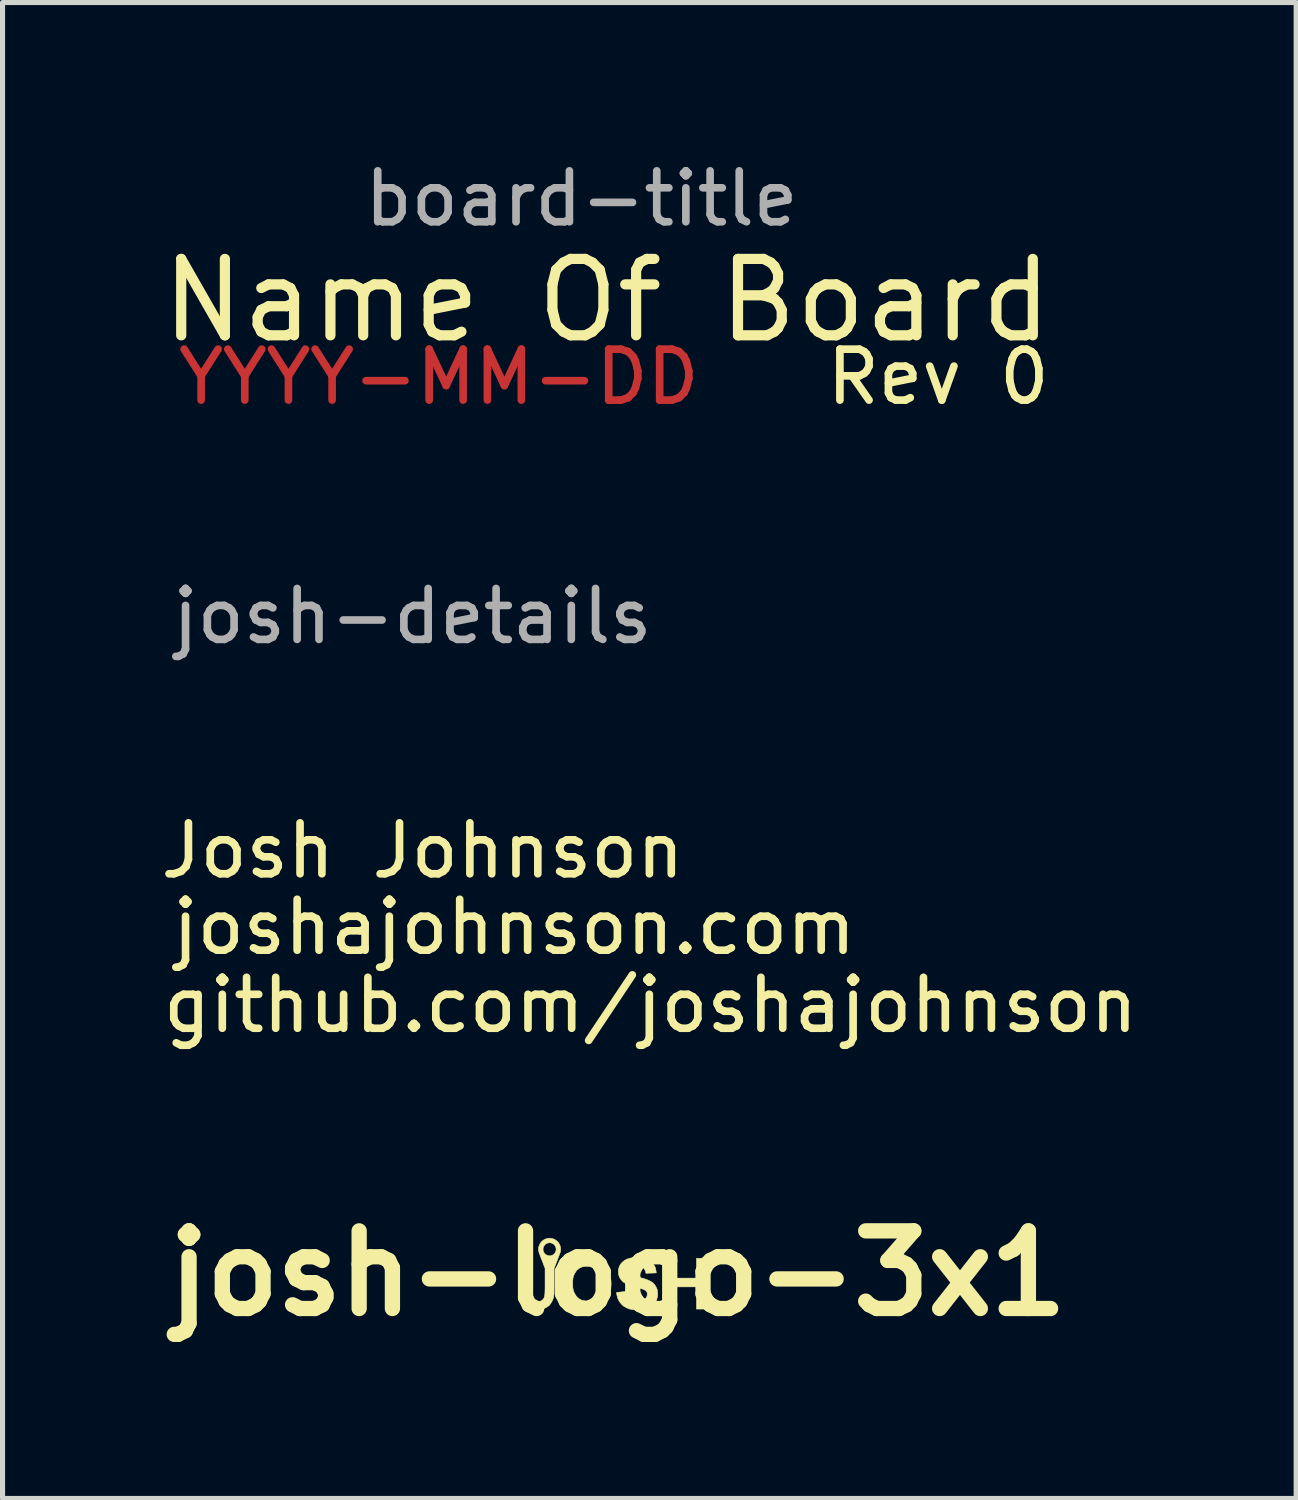
<source format=kicad_pcb>
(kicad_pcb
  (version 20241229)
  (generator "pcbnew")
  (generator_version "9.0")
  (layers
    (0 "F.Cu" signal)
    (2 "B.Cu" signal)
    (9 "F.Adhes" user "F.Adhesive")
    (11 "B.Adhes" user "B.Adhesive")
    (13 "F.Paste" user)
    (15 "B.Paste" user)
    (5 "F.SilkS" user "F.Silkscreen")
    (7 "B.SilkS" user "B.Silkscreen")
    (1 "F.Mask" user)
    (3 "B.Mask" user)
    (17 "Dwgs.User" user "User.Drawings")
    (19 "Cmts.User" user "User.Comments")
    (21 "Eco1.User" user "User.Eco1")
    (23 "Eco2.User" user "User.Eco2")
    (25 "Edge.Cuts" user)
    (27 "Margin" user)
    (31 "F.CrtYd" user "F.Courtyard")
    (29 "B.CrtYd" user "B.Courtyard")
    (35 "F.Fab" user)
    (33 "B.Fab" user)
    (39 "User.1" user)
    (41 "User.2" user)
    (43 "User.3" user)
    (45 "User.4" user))
  (footprint "board-title"
    (layer "F.Cu")
    (at 8.364 0.348)
    (property "Reference" "board-title" (at 0 0.5 0) (layer "F.Fab") (effects (font (size 1 1) (thickness 0.15))))
    (attr through_hole)
    (fp_text user "YYYY-MM-DD" (at -2.8 4 0) (layer "F.Cu") (effects (font (size 1 1) (thickness 0.15))))
    (fp_text user "Rev 0" (at 7 4 0) (layer "F.SilkS") (effects (font (size 1 1) (thickness 0.15))))
    (fp_text user "Name Of Board" (at 0.5 2.5 0) (layer "F.SilkS") (effects (font (size 1.5 1.5) (thickness 0.2)))))
  (footprint "josh-details"
    (layer "F.Cu")
    (at 5.044 14.645)
    (property "Reference" "josh-details" (at 0 -5.6 0) (layer "F.Fab") (effects (font (size 1 1) (thickness 0.15))))
    (attr through_hole)
    (fp_text user "Josh Johnson" (at 0.2 -1 180) (layer "F.SilkS") (effects (font (size 1 1) (thickness 0.15))))
    (fp_text user "github.com/joshajohnson" (at 4.674 2.032 0) (layer "F.SilkS") (effects (font (size 1 1) (thickness 0.15))))
    (fp_text user "joshajohnson.com" (at 2 0.5 0) (layer "F.SilkS") (effects (font (size 1 1) (thickness 0.15)))))
  (footprint "josh-logo-3x1"
    (layer "F.Cu")
    (at 9.079 21.943)
    (property "Reference" "josh-logo-3x1" (at 0 0 0) (layer "F.SilkS") (effects (font (size 1.524 1.524) (thickness 0.3))))
    (attr through_hole)
    (fp_poly (pts (xy 1.151 0.093) (xy 1.541 0.093) (xy 1.541 -0.296) (xy 1.744 -0.296) (xy 1.744 0.7) (xy 1.541 0.7) (xy 1.541 0.265) (xy 1.151 0.265) (xy 1.151 0.7) (xy 0.948 0.7) (xy 0.948 -0.296) (xy 1.151 -0.296) (xy 1.151 0.093)) (stroke (width 0.01) (type solid)) (fill yes) (layer "F.SilkS"))
    (fp_poly (pts (xy -1.321 -0.69) (xy -1.305 -0.687) (xy -1.271 -0.678) (xy -1.239 -0.665) (xy -1.211 -0.646) (xy -1.186 -0.624) (xy -1.164 -0.597) (xy -1.146 -0.567) (xy -1.133 -0.534) (xy -1.13 -0.525) (xy -1.127 -0.507) (xy -1.125 -0.486) (xy -1.125 -0.464) (xy -1.127 -0.442) (xy -1.13 -0.423) (xy -1.13 -0.423) (xy -1.132 -0.417) (xy -1.136 -0.406) (xy -1.142 -0.39) (xy -1.148 -0.371) (xy -1.157 -0.349) (xy -1.166 -0.325) (xy -1.176 -0.298) (xy -1.187 -0.27) (xy -1.194 -0.25) (xy -1.253 -0.098) (xy -1.253 0.144) (xy -1.253 0.189) (xy -1.253 0.231) (xy -1.253 0.27) (xy -1.254 0.305) (xy -1.254 0.335) (xy -1.254 0.362) (xy -1.255 0.384) (xy -1.255 0.401) (xy -1.256 0.412) (xy -1.256 0.416) (xy -1.26 0.449) (xy -1.266 0.478) (xy -1.275 0.505) (xy -1.286 0.532) (xy -1.301 0.559) (xy -1.319 0.589) (xy -1.326 0.598) (xy -1.335 0.612) (xy -1.343 0.622) (xy -1.35 0.629) (xy -1.356 0.635) (xy -1.364 0.641) (xy -1.375 0.648) (xy -1.376 0.649) (xy -1.404 0.667) (xy -1.429 0.681) (xy -1.452 0.692) (xy -1.475 0.7) (xy -1.499 0.707) (xy -1.525 0.711) (xy -1.554 0.715) (xy -1.574 0.717) (xy -1.589 0.718) (xy -1.602 0.719) (xy -1.612 0.719) (xy -1.621 0.719) (xy -1.631 0.719) (xy -1.643 0.718) (xy -1.66 0.717) (xy -1.662 0.716) (xy -1.677 0.715) (xy -1.696 0.712) (xy -1.718 0.709) (xy -1.739 0.705) (xy -1.76 0.701) (xy -1.777 0.697) (xy -1.785 0.695) (xy -1.794 0.692) (xy -1.794 0.619) (xy -1.794 0.595) (xy -1.794 0.577) (xy -1.794 0.564) (xy -1.794 0.554) (xy -1.793 0.548) (xy -1.792 0.545) (xy -1.791 0.545) (xy -1.787 0.545) (xy -1.779 0.546) (xy -1.767 0.548) (xy -1.753 0.55) (xy -1.75 0.55) (xy -1.717 0.554) (xy -1.685 0.557) (xy -1.653 0.559) (xy -1.623 0.56) (xy -1.596 0.559) (xy -1.573 0.557) (xy -1.553 0.554) (xy -1.549 0.553) (xy -1.52 0.544) (xy -1.496 0.532) (xy -1.476 0.516) (xy -1.461 0.498) (xy -1.449 0.476) (xy -1.442 0.45) (xy -1.44 0.441) (xy -1.438 0.431) (xy -1.437 0.42) (xy -1.435 0.408) (xy -1.434 0.394) (xy -1.434 0.377) (xy -1.433 0.358) (xy -1.432 0.337) (xy -1.432 0.311) (xy -1.431 0.282) (xy -1.431 0.249) (xy -1.431 0.212) (xy -1.431 0.169) (xy -1.431 0.128) (xy -1.431 -0.099) (xy -1.489 -0.249) (xy -1.5 -0.277) (xy -1.511 -0.305) (xy -1.52 -0.33) (xy -1.529 -0.354) (xy -1.537 -0.375) (xy -1.544 -0.393) (xy -1.549 -0.407) (xy -1.552 -0.417) (xy -1.553 -0.421) (xy -1.557 -0.441) (xy -1.559 -0.464) (xy -1.559 -0.478) (xy -1.47 -0.478) (xy -1.469 -0.453) (xy -1.463 -0.43) (xy -1.452 -0.408) (xy -1.438 -0.388) (xy -1.419 -0.371) (xy -1.398 -0.358) (xy -1.376 -0.35) (xy -1.35 -0.345) (xy -1.324 -0.346) (xy -1.312 -0.348) (xy -1.288 -0.357) (xy -1.266 -0.37) (xy -1.247 -0.387) (xy -1.233 -0.407) (xy -1.222 -0.429) (xy -1.215 -0.453) (xy -1.214 -0.478) (xy -1.214 -0.48) (xy -1.219 -0.506) (xy -1.228 -0.53) (xy -1.241 -0.551) (xy -1.258 -0.569) (xy -1.277 -0.583) (xy -1.299 -0.593) (xy -1.322 -0.599) (xy -1.347 -0.601) (xy -1.373 -0.597) (xy -1.398 -0.588) (xy -1.403 -0.586) (xy -1.418 -0.576) (xy -1.433 -0.562) (xy -1.447 -0.545) (xy -1.457 -0.528) (xy -1.466 -0.503) (xy -1.47 -0.478) (xy -1.559 -0.478) (xy -1.558 -0.489) (xy -1.556 -0.511) (xy -1.553 -0.527) (xy -1.54 -0.561) (xy -1.524 -0.592) (xy -1.503 -0.619) (xy -1.478 -0.642) (xy -1.45 -0.661) (xy -1.419 -0.676) (xy -1.385 -0.686) (xy -1.379 -0.687) (xy -1.358 -0.69) (xy -1.339 -0.691) (xy -1.321 -0.69)) (stroke (width 0.01) (type solid)) (fill yes) (layer "F.SilkS"))
    (fp_poly (pts (xy -0.587 -0.311) (xy -0.547 -0.308) (xy -0.507 -0.302) (xy -0.47 -0.295) (xy -0.436 -0.285) (xy -0.406 -0.273) (xy -0.397 -0.269) (xy -0.382 -0.261) (xy -0.364 -0.25) (xy -0.345 -0.237) (xy -0.324 -0.222) (xy -0.304 -0.208) (xy -0.298 -0.202) (xy -0.284 -0.191) (xy -0.273 -0.182) (xy -0.264 -0.172) (xy -0.254 -0.161) (xy -0.244 -0.146) (xy -0.243 -0.146) (xy -0.217 -0.107) (xy -0.195 -0.071) (xy -0.177 -0.038) (xy -0.165 -0.008) (xy -0.163 -0.002) (xy -0.154 0.029) (xy -0.147 0.064) (xy -0.141 0.102) (xy -0.137 0.142) (xy -0.135 0.183) (xy -0.135 0.224) (xy -0.137 0.263) (xy -0.138 0.278) (xy -0.143 0.316) (xy -0.148 0.35) (xy -0.155 0.381) (xy -0.164 0.409) (xy -0.175 0.436) (xy -0.188 0.463) (xy -0.205 0.492) (xy -0.219 0.515) (xy -0.233 0.535) (xy -0.244 0.551) (xy -0.253 0.564) (xy -0.262 0.575) (xy -0.272 0.584) (xy -0.282 0.593) (xy -0.293 0.603) (xy -0.3 0.608) (xy -0.336 0.635) (xy -0.37 0.657) (xy -0.401 0.674) (xy -0.431 0.687) (xy -0.451 0.694) (xy -0.47 0.698) (xy -0.492 0.703) (xy -0.517 0.707) (xy -0.543 0.71) (xy -0.568 0.713) (xy -0.592 0.715) (xy -0.612 0.716) (xy -0.622 0.716) (xy -0.631 0.716) (xy -0.643 0.715) (xy -0.657 0.714) (xy -0.673 0.713) (xy -0.674 0.712) (xy -0.712 0.708) (xy -0.745 0.703) (xy -0.775 0.696) (xy -0.802 0.687) (xy -0.828 0.676) (xy -0.853 0.663) (xy -0.879 0.648) (xy -0.883 0.645) (xy -0.914 0.624) (xy -0.941 0.603) (xy -0.962 0.584) (xy -0.979 0.567) (xy -0.985 0.559) (xy -1.009 0.526) (xy -1.029 0.495) (xy -1.046 0.466) (xy -1.059 0.438) (xy -1.071 0.409) (xy -1.079 0.379) (xy -1.086 0.347) (xy -1.092 0.312) (xy -1.096 0.273) (xy -1.098 0.248) (xy -1.099 0.213) (xy -1.099 0.196) (xy -0.889 0.196) (xy -0.889 0.234) (xy -0.887 0.267) (xy -0.883 0.296) (xy -0.878 0.323) (xy -0.871 0.348) (xy -0.861 0.373) (xy -0.849 0.397) (xy -0.833 0.423) (xy -0.833 0.424) (xy -0.821 0.442) (xy -0.81 0.456) (xy -0.8 0.468) (xy -0.795 0.472) (xy -0.773 0.49) (xy -0.753 0.505) (xy -0.734 0.516) (xy -0.714 0.524) (xy -0.692 0.531) (xy -0.666 0.536) (xy -0.642 0.54) (xy -0.624 0.541) (xy -0.604 0.541) (xy -0.579 0.538) (xy -0.576 0.538) (xy -0.548 0.533) (xy -0.524 0.527) (xy -0.503 0.518) (xy -0.482 0.507) (xy -0.462 0.492) (xy -0.439 0.473) (xy -0.439 0.473) (xy -0.423 0.457) (xy -0.408 0.436) (xy -0.393 0.413) (xy -0.38 0.387) (xy -0.368 0.361) (xy -0.36 0.336) (xy -0.357 0.327) (xy -0.352 0.302) (xy -0.348 0.272) (xy -0.346 0.24) (xy -0.345 0.205) (xy -0.345 0.17) (xy -0.347 0.136) (xy -0.347 0.131) (xy -0.351 0.1) (xy -0.357 0.071) (xy -0.365 0.044) (xy -0.377 0.017) (xy -0.392 -0.012) (xy -0.398 -0.023) (xy -0.407 -0.037) (xy -0.414 -0.048) (xy -0.421 -0.057) (xy -0.429 -0.065) (xy -0.438 -0.073) (xy -0.446 -0.079) (xy -0.47 -0.097) (xy -0.494 -0.112) (xy -0.518 -0.123) (xy -0.534 -0.128) (xy -0.568 -0.135) (xy -0.604 -0.137) (xy -0.64 -0.137) (xy -0.675 -0.132) (xy -0.708 -0.125) (xy -0.711 -0.124) (xy -0.737 -0.113) (xy -0.762 -0.098) (xy -0.787 -0.079) (xy -0.809 -0.059) (xy -0.826 -0.037) (xy -0.829 -0.032) (xy -0.846 -0.004) (xy -0.859 0.022) (xy -0.87 0.048) (xy -0.878 0.073) (xy -0.883 0.101) (xy -0.887 0.131) (xy -0.889 0.164) (xy -0.889 0.196) (xy -1.099 0.196) (xy -1.099 0.175) (xy -1.097 0.138) (xy -1.093 0.101) (xy -1.088 0.067) (xy -1.082 0.038) (xy -1.068 -0.01) (xy -1.051 -0.053) (xy -1.031 -0.093) (xy -1.007 -0.13) (xy -0.979 -0.165) (xy -0.96 -0.184) (xy -0.926 -0.216) (xy -0.89 -0.242) (xy -0.851 -0.264) (xy -0.809 -0.282) (xy -0.763 -0.297) (xy -0.741 -0.302) (xy -0.706 -0.308) (xy -0.668 -0.311) (xy -0.628 -0.312) (xy -0.587 -0.311)) (stroke (width 0.01) (type solid)) (fill yes) (layer "F.SilkS"))
    (fp_poly (pts (xy 0.405 -0.312) (xy 0.433 -0.31) (xy 0.464 -0.307) (xy 0.492 -0.303) (xy 0.518 -0.298) (xy 0.542 -0.29) (xy 0.567 -0.279) (xy 0.594 -0.266) (xy 0.623 -0.249) (xy 0.623 -0.249) (xy 0.639 -0.239) (xy 0.651 -0.229) (xy 0.664 -0.217) (xy 0.671 -0.209) (xy 0.69 -0.187) (xy 0.705 -0.167) (xy 0.717 -0.148) (xy 0.727 -0.13) (xy 0.734 -0.111) (xy 0.737 -0.101) (xy 0.74 -0.089) (xy 0.743 -0.074) (xy 0.745 -0.058) (xy 0.748 -0.042) (xy 0.75 -0.029) (xy 0.751 -0.018) (xy 0.751 -0.017) (xy 0.751 -0.009) (xy 0.653 -0.005) (xy 0.63 -0.005) (xy 0.608 -0.004) (xy 0.59 -0.003) (xy 0.574 -0.002) (xy 0.562 -0.002) (xy 0.554 -0.002) (xy 0.552 -0.001) (xy 0.55 -0.004) (xy 0.547 -0.011) (xy 0.544 -0.021) (xy 0.543 -0.025) (xy 0.539 -0.042) (xy 0.534 -0.055) (xy 0.529 -0.066) (xy 0.523 -0.076) (xy 0.515 -0.087) (xy 0.503 -0.101) (xy 0.491 -0.113) (xy 0.475 -0.122) (xy 0.459 -0.13) (xy 0.442 -0.136) (xy 0.425 -0.14) (xy 0.406 -0.142) (xy 0.384 -0.144) (xy 0.359 -0.143) (xy 0.354 -0.143) (xy 0.332 -0.142) (xy 0.314 -0.14) (xy 0.298 -0.137) (xy 0.283 -0.133) (xy 0.268 -0.127) (xy 0.256 -0.122) (xy 0.234 -0.11) (xy 0.218 -0.096) (xy 0.208 -0.08) (xy 0.202 -0.063) (xy 0.202 -0.043) (xy 0.203 -0.033) (xy 0.209 -0.016) (xy 0.218 -0.002) (xy 0.232 0.01) (xy 0.246 0.019) (xy 0.26 0.027) (xy 0.274 0.034) (xy 0.289 0.04) (xy 0.305 0.046) (xy 0.323 0.053) (xy 0.343 0.059) (xy 0.367 0.065) (xy 0.395 0.073) (xy 0.428 0.081) (xy 0.433 0.082) (xy 0.487 0.096) (xy 0.535 0.111) (xy 0.579 0.127) (xy 0.616 0.143) (xy 0.649 0.161) (xy 0.677 0.179) (xy 0.687 0.187) (xy 0.705 0.205) (xy 0.723 0.228) (xy 0.74 0.253) (xy 0.754 0.28) (xy 0.766 0.307) (xy 0.771 0.323) (xy 0.776 0.353) (xy 0.779 0.385) (xy 0.779 0.419) (xy 0.776 0.452) (xy 0.771 0.483) (xy 0.77 0.484) (xy 0.762 0.51) (xy 0.749 0.538) (xy 0.734 0.565) (xy 0.716 0.591) (xy 0.696 0.615) (xy 0.676 0.634) (xy 0.666 0.642) (xy 0.639 0.659) (xy 0.606 0.675) (xy 0.571 0.689) (xy 0.533 0.701) (xy 0.494 0.709) (xy 0.459 0.714) (xy 0.439 0.715) (xy 0.415 0.716) (xy 0.388 0.716) (xy 0.361 0.716) (xy 0.335 0.715) (xy 0.314 0.714) (xy 0.275 0.709) (xy 0.24 0.702) (xy 0.206 0.692) (xy 0.174 0.678) (xy 0.161 0.671) (xy 0.136 0.658) (xy 0.116 0.646) (xy 0.099 0.634) (xy 0.085 0.621) (xy 0.072 0.608) (xy 0.068 0.604) (xy 0.046 0.577) (xy 0.028 0.552) (xy 0.013 0.527) (xy 0.001 0.502) (xy -0.009 0.474) (xy -0.017 0.443) (xy -0.024 0.411) (xy -0.026 0.395) (xy -0.028 0.383) (xy -0.028 0.376) (xy -0.027 0.374) (xy -0.024 0.373) (xy -0.015 0.372) (xy -0.003 0.371) (xy 0.012 0.37) (xy 0.03 0.368) (xy 0.05 0.366) (xy 0.07 0.364) (xy 0.09 0.362) (xy 0.109 0.36) (xy 0.126 0.359) (xy 0.141 0.357) (xy 0.153 0.356) (xy 0.16 0.356) (xy 0.163 0.356) (xy 0.166 0.357) (xy 0.168 0.36) (xy 0.171 0.368) (xy 0.172 0.373) (xy 0.18 0.406) (xy 0.192 0.435) (xy 0.208 0.462) (xy 0.223 0.482) (xy 0.235 0.494) (xy 0.247 0.504) (xy 0.261 0.513) (xy 0.279 0.524) (xy 0.282 0.525) (xy 0.296 0.531) (xy 0.309 0.536) (xy 0.323 0.539) (xy 0.339 0.541) (xy 0.358 0.543) (xy 0.381 0.543) (xy 0.388 0.543) (xy 0.411 0.543) (xy 0.43 0.542) (xy 0.445 0.54) (xy 0.459 0.538) (xy 0.471 0.534) (xy 0.485 0.528) (xy 0.495 0.523) (xy 0.512 0.514) (xy 0.525 0.506) (xy 0.536 0.498) (xy 0.545 0.488) (xy 0.55 0.482) (xy 0.561 0.467) (xy 0.568 0.452) (xy 0.572 0.436) (xy 0.574 0.417) (xy 0.574 0.408) (xy 0.574 0.394) (xy 0.574 0.385) (xy 0.572 0.378) (xy 0.57 0.371) (xy 0.566 0.365) (xy 0.555 0.35) (xy 0.539 0.335) (xy 0.518 0.322) (xy 0.511 0.319) (xy 0.5 0.314) (xy 0.484 0.308) (xy 0.463 0.302) (xy 0.438 0.294) (xy 0.407 0.286) (xy 0.371 0.276) (xy 0.336 0.267) (xy 0.303 0.259) (xy 0.275 0.251) (xy 0.251 0.244) (xy 0.23 0.237) (xy 0.211 0.229) (xy 0.193 0.222) (xy 0.176 0.213) (xy 0.159 0.204) (xy 0.14 0.193) (xy 0.131 0.187) (xy 0.116 0.177) (xy 0.104 0.169) (xy 0.095 0.161) (xy 0.085 0.151) (xy 0.074 0.139) (xy 0.074 0.139) (xy 0.055 0.116) (xy 0.041 0.095) (xy 0.03 0.075) (xy 0.021 0.053) (xy 0.015 0.029) (xy 0.01 0.001) (xy 0.01 -0.002) (xy 0.007 -0.039) (xy 0.009 -0.073) (xy 0.017 -0.107) (xy 0.029 -0.14) (xy 0.034 -0.15) (xy 0.042 -0.165) (xy 0.05 -0.178) (xy 0.06 -0.19) (xy 0.071 -0.204) (xy 0.084 -0.217) (xy 0.108 -0.24) (xy 0.135 -0.258) (xy 0.165 -0.274) (xy 0.2 -0.288) (xy 0.206 -0.289) (xy 0.237 -0.298) (xy 0.268 -0.305) (xy 0.299 -0.31) (xy 0.332 -0.313) (xy 0.366 -0.313) (xy 0.405 -0.312)) (stroke (width 0.01) (type solid)) (fill yes) (layer "F.SilkS")))
  (gr_rect
    (start -3 -3)
    (end 22.39 26.361)
    (stroke (width 0.1) (type default))
    (fill no)
    (layer "Edge.Cuts")))
</source>
